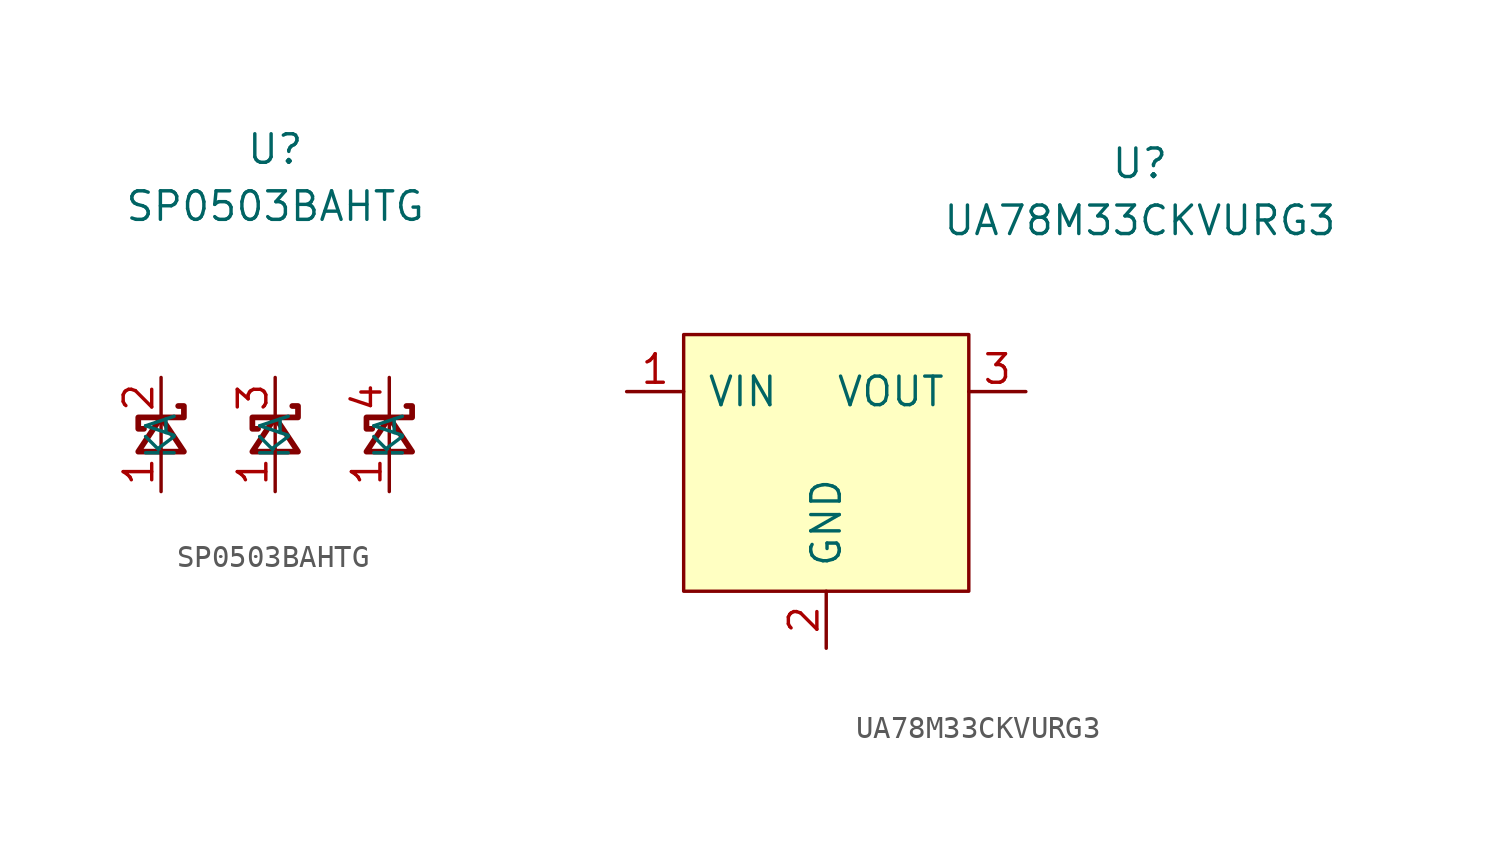
<source format=kicad_sym>
(kicad_symbol_lib
  (version 20211014)
  (generator kicad_symbol_editor)
  (symbol "SP0503BAHTG"
    (property "Reference" "U"
      (at 0 12.7 0)
      (effects (font (size 1.27 1.27))))
    (property "Value" "SP0503BAHTG"
      (at 0 10.16 0)
      (effects (font (size 1.27 1.27))))
    (symbol "SP0503BAHTG_0_1"
      (polyline (pts (xy -5.08 0.762) (xy -5.08 -0.762)) (stroke (width 0) (type default) (color 0 0 0 0)) (fill (type none)))
      (polyline (pts (xy 0 0.762) (xy 0 -0.762)) (stroke (width 0) (type default) (color 0 0 0 0)) (fill (type none)))
      (polyline (pts (xy 5.08 0.762) (xy 5.08 -0.762)) (stroke (width 0) (type default) (color 0 0 0 0)) (fill (type none)))
      (polyline (pts (xy -6.096 -0.762) (xy -5.08 0.762) (xy -4.064 -0.762) (xy -6.096 -0.762)) (stroke (width 0.254) (type default) (color 0 0 0 0)) (fill (type none)))
      (polyline (pts (xy -1.016 -0.762) (xy 0 0.762) (xy 1.016 -0.762) (xy -1.016 -0.762)) (stroke (width 0.254) (type default) (color 0 0 0 0)) (fill (type none)))
      (polyline (pts (xy 4.064 -0.762) (xy 5.08 0.762) (xy 6.096 -0.762) (xy 4.064 -0.762)) (stroke (width 0.254) (type default) (color 0 0 0 0)) (fill (type none)))
      (polyline (pts (xy -4.318 1.27) (xy -4.064 1.27) (xy -4.064 0.762) (xy -6.096 0.762) (xy -6.096 0.254) (xy -5.842 0.254)) (stroke (width 0.254) (type default) (color 0 0 0 0)) (fill (type none)))
      (polyline (pts (xy 0.762 1.27) (xy 1.016 1.27) (xy 1.016 0.762) (xy -1.016 0.762) (xy -1.016 0.254) (xy -0.762 0.254)) (stroke (width 0.254) (type default) (color 0 0 0 0)) (fill (type none)))
      (polyline (pts (xy 5.842 1.27) (xy 6.096 1.27) (xy 6.096 0.762) (xy 4.064 0.762) (xy 4.064 0.254) (xy 4.318 0.254)) (stroke (width 0.254) (type default) (color 0 0 0 0)) (fill (type none))))
    (symbol "SP0503BAHTG_1_1"
      (pin passive line (at -5.08 -2.54 90) (length 1.778) (name "A" (effects (font (size 1.27 1.27)))) (number "1" (effects (font (size 1.27 1.27)))))
      (pin passive line (at 0 -2.54 90) (length 1.778) (name "A" (effects (font (size 1.27 1.27)))) (number "1" (effects (font (size 1.27 1.27)))))
      (pin passive line (at 5.08 -2.54 90) (length 1.778) (name "A" (effects (font (size 1.27 1.27)))) (number "1" (effects (font (size 1.27 1.27)))))
      (pin passive line (at -5.08 2.54 270) (length 1.778) (name "K" (effects (font (size 1.27 1.27)))) (number "2" (effects (font (size 1.27 1.27)))))
      (pin passive line (at 0 2.54 270) (length 1.778) (name "K" (effects (font (size 1.27 1.27)))) (number "3" (effects (font (size 1.27 1.27)))))
      (pin passive line (at 5.08 2.54 270) (length 1.778) (name "K" (effects (font (size 1.27 1.27)))) (number "4" (effects (font (size 1.27 1.27)))))))
  (symbol "UA78M33CKVURG3"
    (pin_names
      (offset 1.016))
    (property "Reference" "U"
      (at 13.97 16.51 0)
      (effects (font (size 1.27 1.27))))
    (property "Value" "UA78M33CKVURG3"
      (at 13.97 13.97 0)
      (effects (font (size 1.27 1.27))))
    (symbol "UA78M33CKVURG3_0_1"
      (rectangle (start -6.35 8.89) (end 6.35 -2.54) (stroke (width 0) (type default) (color 0 0 0 0)) (fill (type background))))
    (symbol "UA78M33CKVURG3_1_1"
      (pin power_in line (at -8.89 6.35 0) (length 2.54) (name "VIN" (effects (font (size 1.27 1.27)))) (number "1" (effects (font (size 1.27 1.27)))))
      (pin power_out line (at 0 -5.08 90) (length 2.54) (name "GND" (effects (font (size 1.27 1.27)))) (number "2" (effects (font (size 1.27 1.27)))))
      (pin power_out line (at 8.89 6.35 180) (length 2.54) (name "VOUT" (effects (font (size 1.27 1.27)))) (number "3" (effects (font (size 1.27 1.27))))))))
</source>
